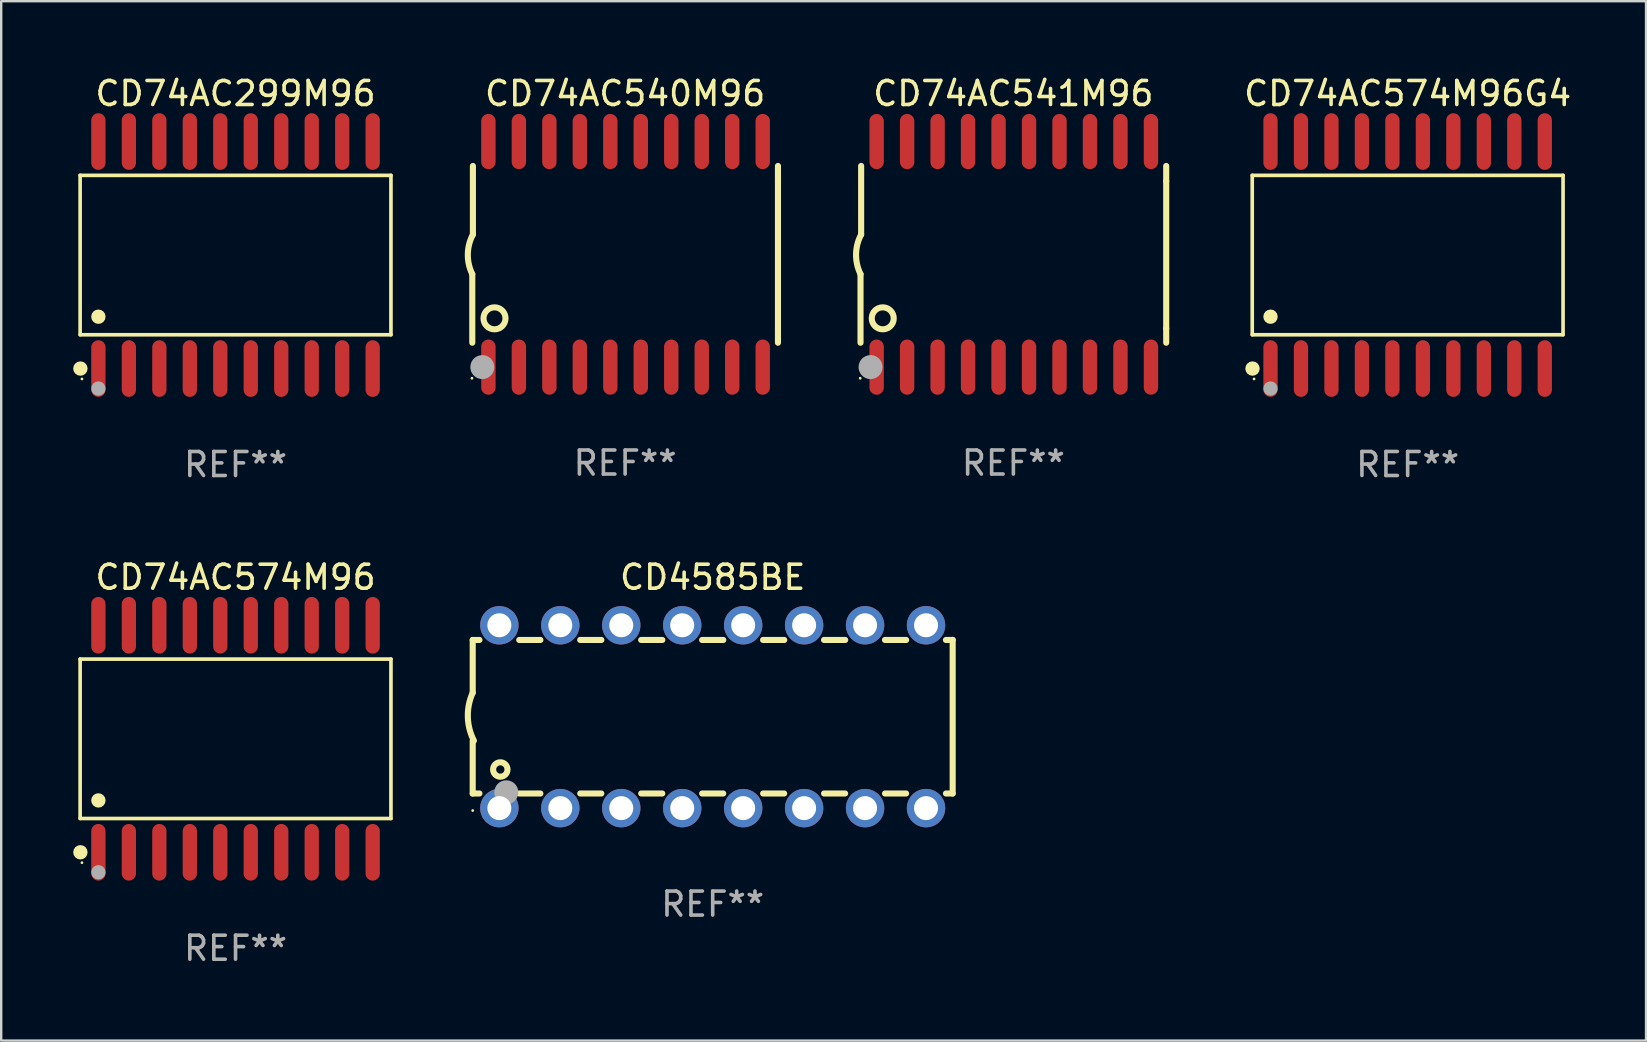
<source format=kicad_pcb>
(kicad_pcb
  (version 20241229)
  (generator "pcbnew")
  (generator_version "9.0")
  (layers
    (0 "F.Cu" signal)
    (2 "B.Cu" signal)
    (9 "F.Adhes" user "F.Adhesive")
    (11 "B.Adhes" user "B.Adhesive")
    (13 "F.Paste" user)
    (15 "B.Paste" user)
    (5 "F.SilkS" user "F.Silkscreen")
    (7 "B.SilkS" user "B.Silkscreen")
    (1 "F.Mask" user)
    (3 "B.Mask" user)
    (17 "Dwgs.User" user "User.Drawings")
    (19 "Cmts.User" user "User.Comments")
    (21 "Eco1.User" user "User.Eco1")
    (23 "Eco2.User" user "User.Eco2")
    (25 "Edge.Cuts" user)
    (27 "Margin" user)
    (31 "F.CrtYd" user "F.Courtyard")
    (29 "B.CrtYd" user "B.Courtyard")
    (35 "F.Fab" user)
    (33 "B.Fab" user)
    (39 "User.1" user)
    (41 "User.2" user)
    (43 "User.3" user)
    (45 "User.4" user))
  (footprint "CD74AC574M96G4"
    (layer "F.Cu")
    (at 55.607 7.578)
    (property "Reference" "CD74AC574M96G4" (at 0 -6.73 0) (layer "F.SilkS") (effects (font (size 1 1) (thickness 0.15))))
    (attr through_hole)
    (fp_line (start -6.476 -3.321) (end 6.476 -3.321) (stroke (width 0.152) (type solid)) (layer "F.SilkS"))
    (fp_line (start -6.476 3.321) (end -6.476 -3.321) (stroke (width 0.152) (type solid)) (layer "F.SilkS"))
    (fp_line (start 6.476 -3.321) (end 6.476 3.321) (stroke (width 0.152) (type solid)) (layer "F.SilkS"))
    (fp_line (start 6.476 3.321) (end -6.476 3.321) (stroke (width 0.152) (type solid)) (layer "F.SilkS"))
    (fp_circle (center -6.465 4.73) (end -6.315 4.73) (stroke (width 0.3) (type solid)) (fill no) (layer "F.SilkS"))
    (fp_circle (center -6.4 5.163) (end -6.37 5.163) (stroke (width 0.06) (type solid)) (fill no) (layer "F.SilkS"))
    (fp_circle (center -5.715 2.569) (end -5.565 2.569) (stroke (width 0.3) (type solid)) (fill no) (layer "F.SilkS"))
    (fp_circle (center -5.715 5.563) (end -5.565 5.563) (stroke (width 0.3) (type solid)) (fill no) (layer "F.Fab"))
    (fp_text user "REF**" (at 0 8.73 0) (layer "F.Fab") (effects (font (size 1 1) (thickness 0.15))))
    (pad "1" smd oval (at -5.715 4.73) (size 0.595 2.36) (layers "F.Cu" "F.Mask" "F.Paste"))
    (pad "2" smd oval (at -4.445 4.73) (size 0.595 2.36) (layers "F.Cu" "F.Mask" "F.Paste"))
    (pad "3" smd oval (at -3.175 4.73) (size 0.595 2.36) (layers "F.Cu" "F.Mask" "F.Paste"))
    (pad "4" smd oval (at -1.905 4.73) (size 0.595 2.36) (layers "F.Cu" "F.Mask" "F.Paste"))
    (pad "5" smd oval (at -0.635 4.73) (size 0.595 2.36) (layers "F.Cu" "F.Mask" "F.Paste"))
    (pad "6" smd oval (at 0.635 4.73) (size 0.595 2.36) (layers "F.Cu" "F.Mask" "F.Paste"))
    (pad "7" smd oval (at 1.905 4.73) (size 0.595 2.36) (layers "F.Cu" "F.Mask" "F.Paste"))
    (pad "8" smd oval (at 3.175 4.73) (size 0.595 2.36) (layers "F.Cu" "F.Mask" "F.Paste"))
    (pad "9" smd oval (at 4.445 4.73) (size 0.595 2.36) (layers "F.Cu" "F.Mask" "F.Paste"))
    (pad "10" smd oval (at 5.715 4.73) (size 0.595 2.36) (layers "F.Cu" "F.Mask" "F.Paste"))
    (pad "11" smd oval (at 5.715 -4.73) (size 0.595 2.36) (layers "F.Cu" "F.Mask" "F.Paste"))
    (pad "12" smd oval (at 4.445 -4.73) (size 0.595 2.36) (layers "F.Cu" "F.Mask" "F.Paste"))
    (pad "13" smd oval (at 3.175 -4.73) (size 0.595 2.36) (layers "F.Cu" "F.Mask" "F.Paste"))
    (pad "14" smd oval (at 1.905 -4.73) (size 0.595 2.36) (layers "F.Cu" "F.Mask" "F.Paste"))
    (pad "15" smd oval (at 0.635 -4.73) (size 0.595 2.36) (layers "F.Cu" "F.Mask" "F.Paste"))
    (pad "16" smd oval (at -0.635 -4.73) (size 0.595 2.36) (layers "F.Cu" "F.Mask" "F.Paste"))
    (pad "17" smd oval (at -1.905 -4.73) (size 0.595 2.36) (layers "F.Cu" "F.Mask" "F.Paste"))
    (pad "18" smd oval (at -3.175 -4.73) (size 0.595 2.36) (layers "F.Cu" "F.Mask" "F.Paste"))
    (pad "19" smd oval (at -4.445 -4.73) (size 0.595 2.36) (layers "F.Cu" "F.Mask" "F.Paste"))
    (pad "20" smd oval (at -5.715 -4.73) (size 0.595 2.36) (layers "F.Cu" "F.Mask" "F.Paste")))
  (footprint "CD74AC540M96"
    (layer "F.Cu")
    (at 22.999 7.548)
    (property "Reference" "CD74AC540M96" (at 0 -6.7 0) (layer "F.SilkS") (effects (font (size 1 1) (thickness 0.15))))
    (attr through_hole)
    (fp_line (start -6.369 0.826) (end -6.369 3.683) (stroke (width 0.254) (type solid)) (layer "F.SilkS"))
    (fp_line (start -6.343 -0.825) (end -6.343 -3.683) (stroke (width 0.254) (type solid)) (layer "F.SilkS"))
    (fp_line (start 6.369 -3.048) (end 6.369 -3.683) (stroke (width 0.254) (type solid)) (layer "F.SilkS"))
    (fp_line (start 6.369 -3.048) (end 6.369 3.096) (stroke (width 0.254) (type solid)) (layer "F.SilkS"))
    (fp_line (start 6.369 3.096) (end 6.369 3.683) (stroke (width 0.254) (type solid)) (layer "F.SilkS"))
    (fp_arc (start -6.36853 0.825552) (mid -6.554743 -0.00301) (end -6.343129 -0.825451) (stroke (width 0.254001) (type solid)) (layer "F.SilkS"))
    (fp_circle (center -6.382 5.163) (end -6.352 5.163) (stroke (width 0.06) (type solid)) (fill no) (layer "F.SilkS"))
    (fp_circle (center -5.443 2.667) (end -4.985 2.667) (stroke (width 0.254) (type solid)) (fill no) (layer "F.SilkS"))
    (fp_circle (center -5.951 4.699) (end -5.701 4.699) (stroke (width 0.5) (type solid)) (fill no) (layer "F.Fab"))
    (fp_text user "REF**" (at 0 8.7 0) (layer "F.Fab") (effects (font (size 1 1) (thickness 0.15))))
    (pad "1" smd oval (at -5.697 4.7 180) (size 0.6 2.3) (layers "F.Cu" "F.Mask" "F.Paste"))
    (pad "2" smd oval (at -4.427 4.7 180) (size 0.6 2.3) (layers "F.Cu" "F.Mask" "F.Paste"))
    (pad "3" smd oval (at -3.157 4.7 180) (size 0.6 2.3) (layers "F.Cu" "F.Mask" "F.Paste"))
    (pad "4" smd oval (at -1.887 4.7 180) (size 0.6 2.3) (layers "F.Cu" "F.Mask" "F.Paste"))
    (pad "5" smd oval (at -0.617 4.7 180) (size 0.6 2.3) (layers "F.Cu" "F.Mask" "F.Paste"))
    (pad "6" smd oval (at 0.653 4.7 180) (size 0.6 2.3) (layers "F.Cu" "F.Mask" "F.Paste"))
    (pad "7" smd oval (at 1.923 4.7 180) (size 0.6 2.3) (layers "F.Cu" "F.Mask" "F.Paste"))
    (pad "8" smd oval (at 3.193 4.7 180) (size 0.6 2.3) (layers "F.Cu" "F.Mask" "F.Paste"))
    (pad "9" smd oval (at 4.463 4.7 180) (size 0.6 2.3) (layers "F.Cu" "F.Mask" "F.Paste"))
    (pad "10" smd oval (at 5.734 4.7 180) (size 0.6 2.3) (layers "F.Cu" "F.Mask" "F.Paste"))
    (pad "11" smd oval (at 5.734 -4.7 180) (size 0.6 2.3) (layers "F.Cu" "F.Mask" "F.Paste"))
    (pad "12" smd oval (at 4.463 -4.7 180) (size 0.6 2.3) (layers "F.Cu" "F.Mask" "F.Paste"))
    (pad "13" smd oval (at 3.193 -4.7 180) (size 0.6 2.3) (layers "F.Cu" "F.Mask" "F.Paste"))
    (pad "14" smd oval (at 1.923 -4.7 180) (size 0.6 2.3) (layers "F.Cu" "F.Mask" "F.Paste"))
    (pad "15" smd oval (at 0.653 -4.7 180) (size 0.6 2.3) (layers "F.Cu" "F.Mask" "F.Paste"))
    (pad "16" smd oval (at -0.617 -4.7 180) (size 0.6 2.3) (layers "F.Cu" "F.Mask" "F.Paste"))
    (pad "17" smd oval (at -1.887 -4.7 180) (size 0.6 2.3) (layers "F.Cu" "F.Mask" "F.Paste"))
    (pad "18" smd oval (at -3.157 -4.7 180) (size 0.6 2.3) (layers "F.Cu" "F.Mask" "F.Paste"))
    (pad "19" smd oval (at -4.427 -4.7 180) (size 0.6 2.3) (layers "F.Cu" "F.Mask" "F.Paste"))
    (pad "20" smd oval (at -5.697 -4.7 180) (size 0.6 2.3) (layers "F.Cu" "F.Mask" "F.Paste")))
  (footprint "CD74AC299M96"
    (layer "F.Cu")
    (at 6.765 7.578)
    (property "Reference" "CD74AC299M96" (at 0 -6.73 0) (layer "F.SilkS") (effects (font (size 1 1) (thickness 0.15))))
    (attr through_hole)
    (fp_line (start -6.476 -3.321) (end 6.476 -3.321) (stroke (width 0.152) (type solid)) (layer "F.SilkS"))
    (fp_line (start -6.476 3.321) (end -6.476 -3.321) (stroke (width 0.152) (type solid)) (layer "F.SilkS"))
    (fp_line (start 6.476 -3.321) (end 6.476 3.321) (stroke (width 0.152) (type solid)) (layer "F.SilkS"))
    (fp_line (start 6.476 3.321) (end -6.476 3.321) (stroke (width 0.152) (type solid)) (layer "F.SilkS"))
    (fp_circle (center -6.465 4.73) (end -6.315 4.73) (stroke (width 0.3) (type solid)) (fill no) (layer "F.SilkS"))
    (fp_circle (center -6.4 5.163) (end -6.37 5.163) (stroke (width 0.06) (type solid)) (fill no) (layer "F.SilkS"))
    (fp_circle (center -5.715 2.569) (end -5.565 2.569) (stroke (width 0.3) (type solid)) (fill no) (layer "F.SilkS"))
    (fp_circle (center -5.715 5.563) (end -5.565 5.563) (stroke (width 0.3) (type solid)) (fill no) (layer "F.Fab"))
    (fp_text user "REF**" (at 0 8.73 0) (layer "F.Fab") (effects (font (size 1 1) (thickness 0.15))))
    (pad "1" smd oval (at -5.715 4.73) (size 0.595 2.36) (layers "F.Cu" "F.Mask" "F.Paste"))
    (pad "2" smd oval (at -4.445 4.73) (size 0.595 2.36) (layers "F.Cu" "F.Mask" "F.Paste"))
    (pad "3" smd oval (at -3.175 4.73) (size 0.595 2.36) (layers "F.Cu" "F.Mask" "F.Paste"))
    (pad "4" smd oval (at -1.905 4.73) (size 0.595 2.36) (layers "F.Cu" "F.Mask" "F.Paste"))
    (pad "5" smd oval (at -0.635 4.73) (size 0.595 2.36) (layers "F.Cu" "F.Mask" "F.Paste"))
    (pad "6" smd oval (at 0.635 4.73) (size 0.595 2.36) (layers "F.Cu" "F.Mask" "F.Paste"))
    (pad "7" smd oval (at 1.905 4.73) (size 0.595 2.36) (layers "F.Cu" "F.Mask" "F.Paste"))
    (pad "8" smd oval (at 3.175 4.73) (size 0.595 2.36) (layers "F.Cu" "F.Mask" "F.Paste"))
    (pad "9" smd oval (at 4.445 4.73) (size 0.595 2.36) (layers "F.Cu" "F.Mask" "F.Paste"))
    (pad "10" smd oval (at 5.715 4.73) (size 0.595 2.36) (layers "F.Cu" "F.Mask" "F.Paste"))
    (pad "11" smd oval (at 5.715 -4.73) (size 0.595 2.36) (layers "F.Cu" "F.Mask" "F.Paste"))
    (pad "12" smd oval (at 4.445 -4.73) (size 0.595 2.36) (layers "F.Cu" "F.Mask" "F.Paste"))
    (pad "13" smd oval (at 3.175 -4.73) (size 0.595 2.36) (layers "F.Cu" "F.Mask" "F.Paste"))
    (pad "14" smd oval (at 1.905 -4.73) (size 0.595 2.36) (layers "F.Cu" "F.Mask" "F.Paste"))
    (pad "15" smd oval (at 0.635 -4.73) (size 0.595 2.36) (layers "F.Cu" "F.Mask" "F.Paste"))
    (pad "16" smd oval (at -0.635 -4.73) (size 0.595 2.36) (layers "F.Cu" "F.Mask" "F.Paste"))
    (pad "17" smd oval (at -1.905 -4.73) (size 0.595 2.36) (layers "F.Cu" "F.Mask" "F.Paste"))
    (pad "18" smd oval (at -3.175 -4.73) (size 0.595 2.36) (layers "F.Cu" "F.Mask" "F.Paste"))
    (pad "19" smd oval (at -4.445 -4.73) (size 0.595 2.36) (layers "F.Cu" "F.Mask" "F.Paste"))
    (pad "20" smd oval (at -5.715 -4.73) (size 0.595 2.36) (layers "F.Cu" "F.Mask" "F.Paste")))
  (footprint "CD74AC541M96"
    (layer "F.Cu")
    (at 39.177 7.548)
    (property "Reference" "CD74AC541M96" (at 0 -6.7 0) (layer "F.SilkS") (effects (font (size 1 1) (thickness 0.15))))
    (attr through_hole)
    (fp_line (start -6.369 0.826) (end -6.369 3.683) (stroke (width 0.254) (type solid)) (layer "F.SilkS"))
    (fp_line (start -6.343 -0.825) (end -6.343 -3.683) (stroke (width 0.254) (type solid)) (layer "F.SilkS"))
    (fp_line (start 6.369 -3.048) (end 6.369 -3.683) (stroke (width 0.254) (type solid)) (layer "F.SilkS"))
    (fp_line (start 6.369 -3.048) (end 6.369 3.096) (stroke (width 0.254) (type solid)) (layer "F.SilkS"))
    (fp_line (start 6.369 3.096) (end 6.369 3.683) (stroke (width 0.254) (type solid)) (layer "F.SilkS"))
    (fp_arc (start -6.36853 0.825552) (mid -6.554743 -0.00301) (end -6.343129 -0.825451) (stroke (width 0.254001) (type solid)) (layer "F.SilkS"))
    (fp_circle (center -6.382 5.163) (end -6.352 5.163) (stroke (width 0.06) (type solid)) (fill no) (layer "F.SilkS"))
    (fp_circle (center -5.443 2.667) (end -4.985 2.667) (stroke (width 0.254) (type solid)) (fill no) (layer "F.SilkS"))
    (fp_circle (center -5.951 4.699) (end -5.701 4.699) (stroke (width 0.5) (type solid)) (fill no) (layer "F.Fab"))
    (fp_text user "REF**" (at 0 8.7 0) (layer "F.Fab") (effects (font (size 1 1) (thickness 0.15))))
    (pad "1" smd oval (at -5.697 4.7 180) (size 0.6 2.3) (layers "F.Cu" "F.Mask" "F.Paste"))
    (pad "2" smd oval (at -4.427 4.7 180) (size 0.6 2.3) (layers "F.Cu" "F.Mask" "F.Paste"))
    (pad "3" smd oval (at -3.157 4.7 180) (size 0.6 2.3) (layers "F.Cu" "F.Mask" "F.Paste"))
    (pad "4" smd oval (at -1.887 4.7 180) (size 0.6 2.3) (layers "F.Cu" "F.Mask" "F.Paste"))
    (pad "5" smd oval (at -0.617 4.7 180) (size 0.6 2.3) (layers "F.Cu" "F.Mask" "F.Paste"))
    (pad "6" smd oval (at 0.653 4.7 180) (size 0.6 2.3) (layers "F.Cu" "F.Mask" "F.Paste"))
    (pad "7" smd oval (at 1.923 4.7 180) (size 0.6 2.3) (layers "F.Cu" "F.Mask" "F.Paste"))
    (pad "8" smd oval (at 3.193 4.7 180) (size 0.6 2.3) (layers "F.Cu" "F.Mask" "F.Paste"))
    (pad "9" smd oval (at 4.463 4.7 180) (size 0.6 2.3) (layers "F.Cu" "F.Mask" "F.Paste"))
    (pad "10" smd oval (at 5.734 4.7 180) (size 0.6 2.3) (layers "F.Cu" "F.Mask" "F.Paste"))
    (pad "11" smd oval (at 5.734 -4.7 180) (size 0.6 2.3) (layers "F.Cu" "F.Mask" "F.Paste"))
    (pad "12" smd oval (at 4.463 -4.7 180) (size 0.6 2.3) (layers "F.Cu" "F.Mask" "F.Paste"))
    (pad "13" smd oval (at 3.193 -4.7 180) (size 0.6 2.3) (layers "F.Cu" "F.Mask" "F.Paste"))
    (pad "14" smd oval (at 1.923 -4.7 180) (size 0.6 2.3) (layers "F.Cu" "F.Mask" "F.Paste"))
    (pad "15" smd oval (at 0.653 -4.7 180) (size 0.6 2.3) (layers "F.Cu" "F.Mask" "F.Paste"))
    (pad "16" smd oval (at -0.617 -4.7 180) (size 0.6 2.3) (layers "F.Cu" "F.Mask" "F.Paste"))
    (pad "17" smd oval (at -1.887 -4.7 180) (size 0.6 2.3) (layers "F.Cu" "F.Mask" "F.Paste"))
    (pad "18" smd oval (at -3.157 -4.7 180) (size 0.6 2.3) (layers "F.Cu" "F.Mask" "F.Paste"))
    (pad "19" smd oval (at -4.427 -4.7 180) (size 0.6 2.3) (layers "F.Cu" "F.Mask" "F.Paste"))
    (pad "20" smd oval (at -5.697 -4.7 180) (size 0.6 2.3) (layers "F.Cu" "F.Mask" "F.Paste")))
  (footprint "CD74AC574M96"
    (layer "F.Cu")
    (at 6.765 27.735)
    (property "Reference" "CD74AC574M96" (at 0 -6.73 0) (layer "F.SilkS") (effects (font (size 1 1) (thickness 0.15))))
    (attr through_hole)
    (fp_line (start -6.476 -3.321) (end 6.476 -3.321) (stroke (width 0.152) (type solid)) (layer "F.SilkS"))
    (fp_line (start -6.476 3.321) (end -6.476 -3.321) (stroke (width 0.152) (type solid)) (layer "F.SilkS"))
    (fp_line (start 6.476 -3.321) (end 6.476 3.321) (stroke (width 0.152) (type solid)) (layer "F.SilkS"))
    (fp_line (start 6.476 3.321) (end -6.476 3.321) (stroke (width 0.152) (type solid)) (layer "F.SilkS"))
    (fp_circle (center -6.465 4.73) (end -6.315 4.73) (stroke (width 0.3) (type solid)) (fill no) (layer "F.SilkS"))
    (fp_circle (center -6.4 5.163) (end -6.37 5.163) (stroke (width 0.06) (type solid)) (fill no) (layer "F.SilkS"))
    (fp_circle (center -5.715 2.569) (end -5.565 2.569) (stroke (width 0.3) (type solid)) (fill no) (layer "F.SilkS"))
    (fp_circle (center -5.715 5.563) (end -5.565 5.563) (stroke (width 0.3) (type solid)) (fill no) (layer "F.Fab"))
    (fp_text user "REF**" (at 0 8.73 0) (layer "F.Fab") (effects (font (size 1 1) (thickness 0.15))))
    (pad "1" smd oval (at -5.715 4.73) (size 0.595 2.36) (layers "F.Cu" "F.Mask" "F.Paste"))
    (pad "2" smd oval (at -4.445 4.73) (size 0.595 2.36) (layers "F.Cu" "F.Mask" "F.Paste"))
    (pad "3" smd oval (at -3.175 4.73) (size 0.595 2.36) (layers "F.Cu" "F.Mask" "F.Paste"))
    (pad "4" smd oval (at -1.905 4.73) (size 0.595 2.36) (layers "F.Cu" "F.Mask" "F.Paste"))
    (pad "5" smd oval (at -0.635 4.73) (size 0.595 2.36) (layers "F.Cu" "F.Mask" "F.Paste"))
    (pad "6" smd oval (at 0.635 4.73) (size 0.595 2.36) (layers "F.Cu" "F.Mask" "F.Paste"))
    (pad "7" smd oval (at 1.905 4.73) (size 0.595 2.36) (layers "F.Cu" "F.Mask" "F.Paste"))
    (pad "8" smd oval (at 3.175 4.73) (size 0.595 2.36) (layers "F.Cu" "F.Mask" "F.Paste"))
    (pad "9" smd oval (at 4.445 4.73) (size 0.595 2.36) (layers "F.Cu" "F.Mask" "F.Paste"))
    (pad "10" smd oval (at 5.715 4.73) (size 0.595 2.36) (layers "F.Cu" "F.Mask" "F.Paste"))
    (pad "11" smd oval (at 5.715 -4.73) (size 0.595 2.36) (layers "F.Cu" "F.Mask" "F.Paste"))
    (pad "12" smd oval (at 4.445 -4.73) (size 0.595 2.36) (layers "F.Cu" "F.Mask" "F.Paste"))
    (pad "13" smd oval (at 3.175 -4.73) (size 0.595 2.36) (layers "F.Cu" "F.Mask" "F.Paste"))
    (pad "14" smd oval (at 1.905 -4.73) (size 0.595 2.36) (layers "F.Cu" "F.Mask" "F.Paste"))
    (pad "15" smd oval (at 0.635 -4.73) (size 0.595 2.36) (layers "F.Cu" "F.Mask" "F.Paste"))
    (pad "16" smd oval (at -0.635 -4.73) (size 0.595 2.36) (layers "F.Cu" "F.Mask" "F.Paste"))
    (pad "17" smd oval (at -1.905 -4.73) (size 0.595 2.36) (layers "F.Cu" "F.Mask" "F.Paste"))
    (pad "18" smd oval (at -3.175 -4.73) (size 0.595 2.36) (layers "F.Cu" "F.Mask" "F.Paste"))
    (pad "19" smd oval (at -4.445 -4.73) (size 0.595 2.36) (layers "F.Cu" "F.Mask" "F.Paste"))
    (pad "20" smd oval (at -5.715 -4.73) (size 0.595 2.36) (layers "F.Cu" "F.Mask" "F.Paste")))
  (footprint "CD4585BE"
    (layer "F.Cu")
    (at 26.648 26.815)
    (property "Reference" "CD4585BE" (at 0 -5.81 0) (layer "F.SilkS") (effects (font (size 1 1) (thickness 0.15))))
    (attr through_hole)
    (fp_line (start -10 -3.198) (end -9.719 -3.198) (stroke (width 0.254) (type solid)) (layer "F.SilkS"))
    (fp_line (start -10 -0.998) (end -10 -3.198) (stroke (width 0.254) (type solid)) (layer "F.SilkS"))
    (fp_line (start -10 3.2) (end -10 1) (stroke (width 0.254) (type solid)) (layer "F.SilkS"))
    (fp_line (start -10 3.2) (end -9.721 3.2) (stroke (width 0.254) (type solid)) (layer "F.SilkS"))
    (fp_line (start -8.061 -3.198) (end -7.179 -3.198) (stroke (width 0.254) (type solid)) (layer "F.SilkS"))
    (fp_line (start -8.059 3.2) (end -7.181 3.2) (stroke (width 0.254) (type solid)) (layer "F.SilkS"))
    (fp_line (start -5.521 -3.198) (end -4.639 -3.198) (stroke (width 0.254) (type solid)) (layer "F.SilkS"))
    (fp_line (start -5.519 3.2) (end -4.641 3.2) (stroke (width 0.254) (type solid)) (layer "F.SilkS"))
    (fp_line (start -2.981 -3.198) (end -2.099 -3.198) (stroke (width 0.254) (type solid)) (layer "F.SilkS"))
    (fp_line (start -2.979 3.2) (end -2.101 3.2) (stroke (width 0.254) (type solid)) (layer "F.SilkS"))
    (fp_line (start -0.441 -3.198) (end 0.441 -3.198) (stroke (width 0.254) (type solid)) (layer "F.SilkS"))
    (fp_line (start -0.439 3.2) (end 0.439 3.2) (stroke (width 0.254) (type solid)) (layer "F.SilkS"))
    (fp_line (start 2.099 -3.198) (end 2.981 -3.198) (stroke (width 0.254) (type solid)) (layer "F.SilkS"))
    (fp_line (start 2.101 3.2) (end 2.979 3.2) (stroke (width 0.254) (type solid)) (layer "F.SilkS"))
    (fp_line (start 4.639 -3.198) (end 5.521 -3.198) (stroke (width 0.254) (type solid)) (layer "F.SilkS"))
    (fp_line (start 4.641 3.2) (end 5.519 3.2) (stroke (width 0.254) (type solid)) (layer "F.SilkS"))
    (fp_line (start 7.179 -3.198) (end 8.061 -3.198) (stroke (width 0.254) (type solid)) (layer "F.SilkS"))
    (fp_line (start 7.181 3.2) (end 8.059 3.2) (stroke (width 0.254) (type solid)) (layer "F.SilkS"))
    (fp_line (start 9.719 -3.198) (end 10 -3.198) (stroke (width 0.254) (type solid)) (layer "F.SilkS"))
    (fp_line (start 9.721 3.2) (end 10 3.2) (stroke (width 0.254) (type solid)) (layer "F.SilkS"))
    (fp_line (start 10 3.2) (end 10 -3.2) (stroke (width 0.254) (type solid)) (layer "F.SilkS"))
    (fp_arc (start -9.949962 1) (mid -10.203153 0.005709) (end -10 -1) (stroke (width 0.254001) (type solid)) (layer "F.SilkS"))
    (fp_circle (center -10 3.91) (end -9.97 3.91) (stroke (width 0.06) (type solid)) (fill no) (layer "F.SilkS"))
    (fp_circle (center -8.85 2.2) (end -8.55 2.2) (stroke (width 0.254) (type solid)) (fill no) (layer "F.SilkS"))
    (fp_circle (center -8.6 3.15) (end -8.35 3.15) (stroke (width 0.5) (type solid)) (fill no) (layer "F.Fab"))
    (fp_text user "REF**" (at 0 7.81 0) (layer "F.Fab") (effects (font (size 1 1) (thickness 0.15))))
    (pad "1" thru_hole circle (at -8.89 3.81) (size 1.6 1.6) (drill 1) (layers "*.Cu" "*.Mask"))
    (pad "2" thru_hole circle (at -6.35 3.81) (size 1.6 1.6) (drill 1) (layers "*.Cu" "*.Mask"))
    (pad "3" thru_hole circle (at -3.81 3.81) (size 1.6 1.6) (drill 1) (layers "*.Cu" "*.Mask"))
    (pad "4" thru_hole circle (at -1.27 3.81) (size 1.6 1.6) (drill 1) (layers "*.Cu" "*.Mask"))
    (pad "5" thru_hole circle (at 1.27 3.81) (size 1.6 1.6) (drill 1) (layers "*.Cu" "*.Mask"))
    (pad "6" thru_hole circle (at 3.81 3.81) (size 1.6 1.6) (drill 1) (layers "*.Cu" "*.Mask"))
    (pad "7" thru_hole circle (at 6.35 3.81) (size 1.6 1.6) (drill 1) (layers "*.Cu" "*.Mask"))
    (pad "8" thru_hole circle (at 8.89 3.81) (size 1.6 1.6) (drill 1) (layers "*.Cu" "*.Mask"))
    (pad "9" thru_hole circle (at 8.89 -3.81) (size 1.6 1.6) (drill 1) (layers "*.Cu" "*.Mask"))
    (pad "10" thru_hole circle (at 6.35 -3.81) (size 1.6 1.6) (drill 1) (layers "*.Cu" "*.Mask"))
    (pad "11" thru_hole circle (at 3.81 -3.81) (size 1.6 1.6) (drill 1) (layers "*.Cu" "*.Mask"))
    (pad "12" thru_hole circle (at 1.27 -3.81) (size 1.6 1.6) (drill 1) (layers "*.Cu" "*.Mask"))
    (pad "13" thru_hole circle (at -1.27 -3.81) (size 1.6 1.6) (drill 1) (layers "*.Cu" "*.Mask"))
    (pad "14" thru_hole circle (at -3.81 -3.81) (size 1.6 1.6) (drill 1) (layers "*.Cu" "*.Mask"))
    (pad "15" thru_hole circle (at -6.35 -3.81) (size 1.6 1.6) (drill 1) (layers "*.Cu" "*.Mask"))
    (pad "16" thru_hole circle (at -8.89 -3.81) (size 1.6 1.6) (drill 1) (layers "*.Cu" "*.Mask")))
  (gr_rect
    (start -3 -3)
    (end 65.541 40.313)
    (stroke (width 0.1) (type default))
    (fill no)
    (layer "Edge.Cuts")))
</source>
